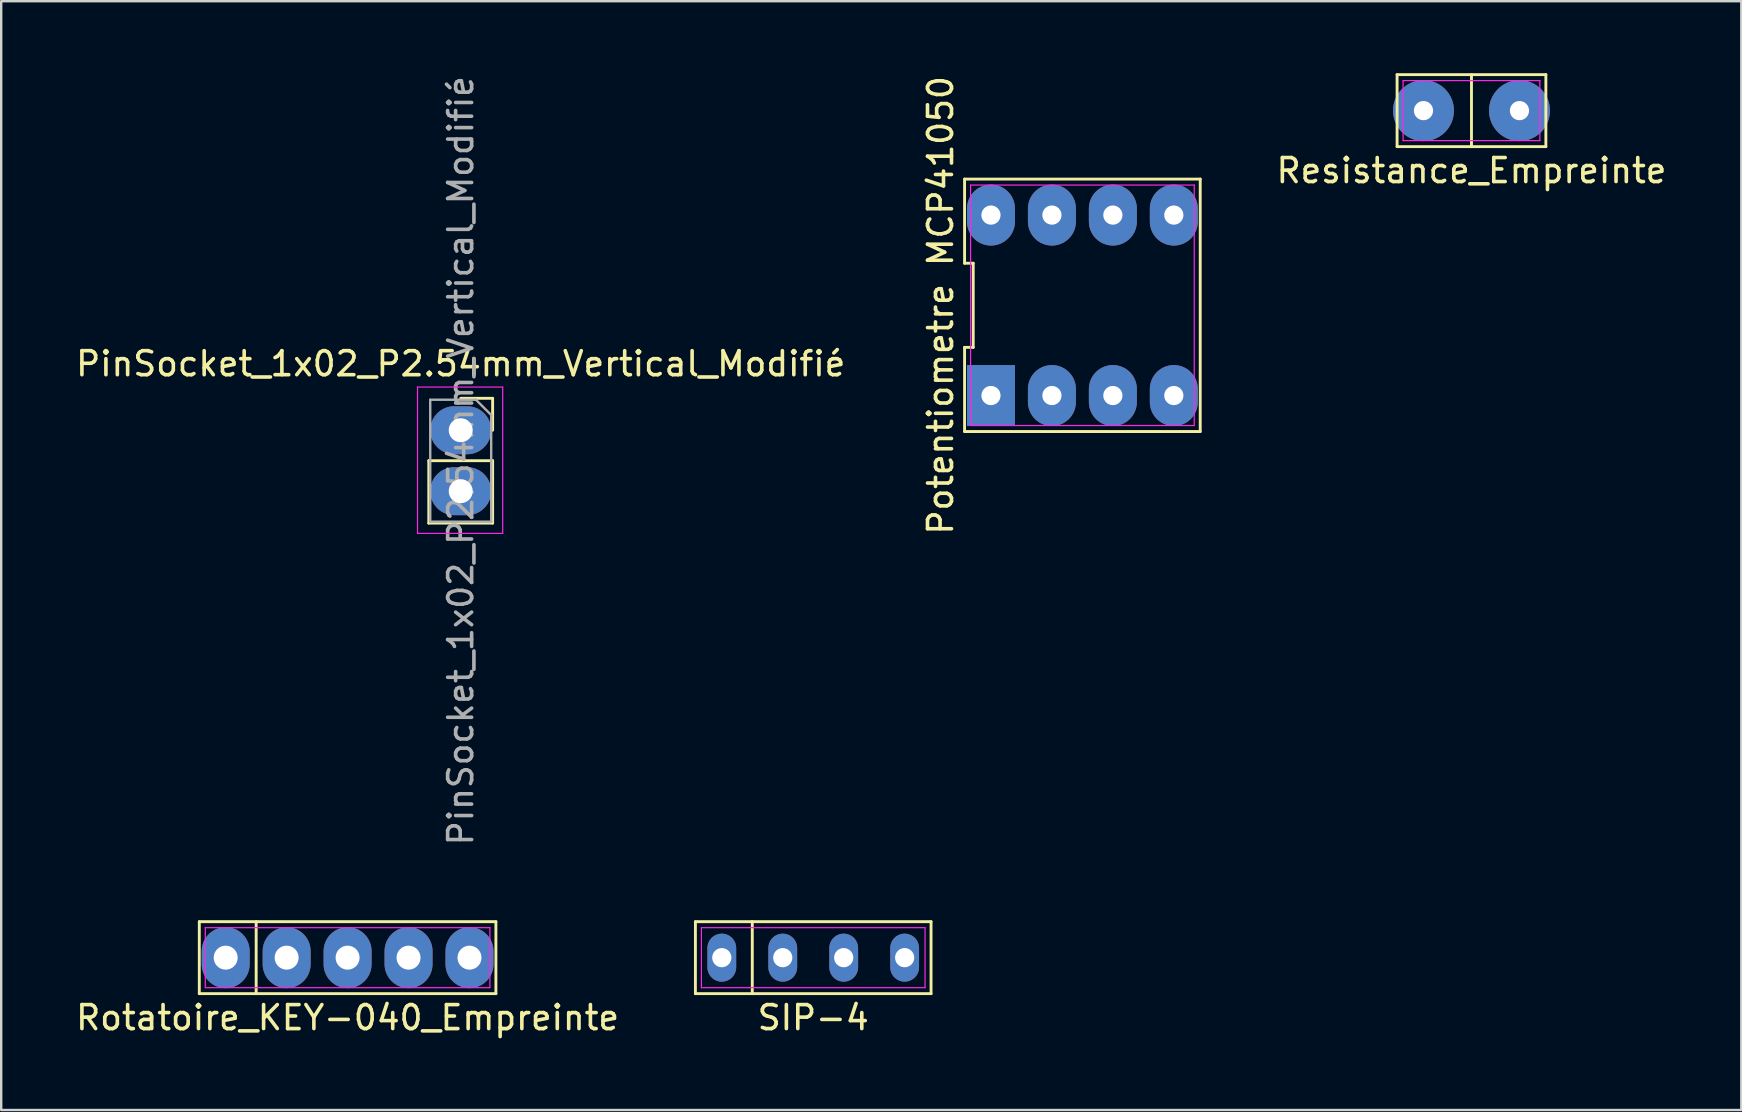
<source format=kicad_pcb>
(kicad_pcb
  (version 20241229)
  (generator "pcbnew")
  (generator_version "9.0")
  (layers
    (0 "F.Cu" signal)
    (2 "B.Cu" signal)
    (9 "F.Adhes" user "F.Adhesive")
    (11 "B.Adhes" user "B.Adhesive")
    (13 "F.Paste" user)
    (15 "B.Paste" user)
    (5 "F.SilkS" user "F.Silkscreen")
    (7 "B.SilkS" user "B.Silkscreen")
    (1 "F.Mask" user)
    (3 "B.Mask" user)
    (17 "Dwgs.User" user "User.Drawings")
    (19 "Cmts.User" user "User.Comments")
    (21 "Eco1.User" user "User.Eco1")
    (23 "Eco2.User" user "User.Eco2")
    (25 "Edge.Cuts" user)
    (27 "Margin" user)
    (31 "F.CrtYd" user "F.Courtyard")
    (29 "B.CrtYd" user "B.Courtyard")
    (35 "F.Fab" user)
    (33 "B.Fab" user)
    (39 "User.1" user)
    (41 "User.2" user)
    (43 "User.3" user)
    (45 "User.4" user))
  (footprint "PinSocket_1x02_P2.54mm_Vertical_Modifié"
    (layer "F.Cu")
    (at 16.149 14.879)
    (property "Reference" "PinSocket_1x02_P2.54mm_Vertical_Modifié" (at 0 -2.77 0) (layer "F.SilkS") (effects (font (size 1 1) (thickness 0.15))))
    (attr through_hole)
    (fp_line (start -1.33 1.27) (end -1.33 3.87) (stroke (width 0.12) (type solid)) (layer "F.SilkS"))
    (fp_line (start -1.33 1.27) (end 1.33 1.27) (stroke (width 0.12) (type solid)) (layer "F.SilkS"))
    (fp_line (start -1.33 3.87) (end 1.33 3.87) (stroke (width 0.12) (type solid)) (layer "F.SilkS"))
    (fp_line (start 0 -1.33) (end 1.33 -1.33) (stroke (width 0.12) (type solid)) (layer "F.SilkS"))
    (fp_line (start 1.33 -1.33) (end 1.33 0) (stroke (width 0.12) (type solid)) (layer "F.SilkS"))
    (fp_line (start 1.33 1.27) (end 1.33 3.87) (stroke (width 0.12) (type solid)) (layer "F.SilkS"))
    (fp_line (start -1.8 -1.8) (end 1.75 -1.8) (stroke (width 0.05) (type solid)) (layer "F.CrtYd"))
    (fp_line (start -1.8 4.3) (end -1.8 -1.8) (stroke (width 0.05) (type solid)) (layer "F.CrtYd"))
    (fp_line (start 1.75 -1.8) (end 1.75 4.3) (stroke (width 0.05) (type solid)) (layer "F.CrtYd"))
    (fp_line (start 1.75 4.3) (end -1.8 4.3) (stroke (width 0.05) (type solid)) (layer "F.CrtYd"))
    (fp_line (start -1.27 -1.27) (end 0.635 -1.27) (stroke (width 0.1) (type solid)) (layer "F.Fab"))
    (fp_line (start -1.27 3.81) (end -1.27 -1.27) (stroke (width 0.1) (type solid)) (layer "F.Fab"))
    (fp_line (start 0.635 -1.27) (end 1.27 -0.635) (stroke (width 0.1) (type solid)) (layer "F.Fab"))
    (fp_line (start 1.27 -0.635) (end 1.27 3.81) (stroke (width 0.1) (type solid)) (layer "F.Fab"))
    (fp_line (start 1.27 3.81) (end -1.27 3.81) (stroke (width 0.1) (type solid)) (layer "F.Fab"))
    (fp_text user "${REFERENCE}" (at 0 1.27 90) (layer "F.Fab") (effects (font (size 1 1) (thickness 0.15))))
    (pad "1" thru_hole oval (at 0 0) (size 2.54 2) (drill 1) (layers "*.Cu" "*.Mask"))
    (pad "2" thru_hole oval (at 0 2.54) (size 2.54 2) (drill 1) (layers "*.Cu" "*.Mask")))
  (footprint "Potentiometre MCP41050"
    (layer "F.Cu")
    (at 42.056 9.673)
    (property "Reference" "Potentiometre MCP41050" (at -5.91 0 90) (layer "F.SilkS") (effects (font (size 1 1) (thickness 0.15))))
    (attr through_hole)
    (fp_line (start -4.91 -5.26) (end -4.91 -1.753) (stroke (width 0.12) (type default)) (layer "F.SilkS"))
    (fp_line (start -4.91 -1.753) (end -4.55 -1.753) (stroke (width 0.12) (type default)) (layer "F.SilkS"))
    (fp_line (start -4.91 1.753) (end -4.91 5.26) (stroke (width 0.12) (type default)) (layer "F.SilkS"))
    (fp_line (start -4.91 5.26) (end 4.91 5.26) (stroke (width 0.12) (type default)) (layer "F.SilkS"))
    (fp_line (start -4.55 -1.753) (end -4.55 1.753) (stroke (width 0.12) (type default)) (layer "F.SilkS"))
    (fp_line (start -4.55 1.753) (end -4.91 1.753) (stroke (width 0.12) (type default)) (layer "F.SilkS"))
    (fp_line (start 4.91 -5.26) (end -4.91 -5.26) (stroke (width 0.12) (type default)) (layer "F.SilkS"))
    (fp_line (start 4.91 5.26) (end 4.91 -5.26) (stroke (width 0.12) (type default)) (layer "F.SilkS"))
    (fp_line (start -4.66 -5.01) (end 4.66 -5.01) (stroke (width 0.05) (type default)) (layer "F.CrtYd"))
    (fp_line (start -4.66 5.01) (end -4.66 -5.01) (stroke (width 0.05) (type default)) (layer "F.CrtYd"))
    (fp_line (start 4.66 -5.01) (end 4.66 5.01) (stroke (width 0.05) (type default)) (layer "F.CrtYd"))
    (fp_line (start 4.66 5.01) (end -4.66 5.01) (stroke (width 0.05) (type default)) (layer "F.CrtYd"))
    (pad "1" thru_hole rect (at -3.81 3.76) (size 2 2.54) (drill 0.8) (layers "*.Cu" "*.Mask"))
    (pad "2" thru_hole oval (at -1.27 3.76) (size 2 2.54) (drill 0.8) (layers "*.Cu" "*.Mask"))
    (pad "3" thru_hole oval (at 1.27 3.76) (size 2 2.54) (drill 0.8) (layers "*.Cu" "*.Mask"))
    (pad "4" thru_hole oval (at 3.81 3.76) (size 2 2.54) (drill 0.8) (layers "*.Cu" "*.Mask"))
    (pad "5" thru_hole oval (at 3.81 -3.76) (size 2 2.54) (drill 0.8) (layers "*.Cu" "*.Mask"))
    (pad "6" thru_hole oval (at 1.27 -3.76) (size 2 2.54) (drill 0.8) (layers "*.Cu" "*.Mask"))
    (pad "7" thru_hole oval (at -1.27 -3.76) (size 2 2.54) (drill 0.8) (layers "*.Cu" "*.Mask"))
    (pad "8" thru_hole oval (at -3.81 -3.76) (size 2 2.54) (drill 0.8) (layers "*.Cu" "*.Mask")))
  (footprint "Resistance_Empreinte"
    (layer "F.Cu")
    (at 58.27 1.56)
    (property "Reference" "Resistance_Empreinte" (at 0 2.5 0) (layer "F.SilkS") (effects (font (size 1 1) (thickness 0.15))))
    (attr through_hole)
    (fp_line (start -3.1 -1.5) (end 3.1 -1.5) (stroke (width 0.12) (type default)) (layer "F.SilkS"))
    (fp_line (start -3.1 1.5) (end -3.1 -1.5) (stroke (width 0.12) (type default)) (layer "F.SilkS"))
    (fp_line (start 0 -1.5) (end 0 1.5) (stroke (width 0.12) (type default)) (layer "F.SilkS"))
    (fp_line (start 3.1 -1.5) (end 3.1 1.5) (stroke (width 0.12) (type default)) (layer "F.SilkS"))
    (fp_line (start 3.1 1.5) (end -3.1 1.5) (stroke (width 0.12) (type default)) (layer "F.SilkS"))
    (fp_line (start -2.85 -1.25) (end 2.85 -1.25) (stroke (width 0.05) (type default)) (layer "F.CrtYd"))
    (fp_line (start -2.85 1.25) (end -2.85 -1.25) (stroke (width 0.05) (type default)) (layer "F.CrtYd"))
    (fp_line (start 2.85 -1.25) (end 2.85 1.25) (stroke (width 0.05) (type default)) (layer "F.CrtYd"))
    (fp_line (start 2.85 1.25) (end -2.85 1.25) (stroke (width 0.05) (type default)) (layer "F.CrtYd"))
    (pad "1" thru_hole circle (at -2 0) (size 2.54 2.54) (drill 0.8) (layers "*.Cu" "*.Mask"))
    (pad "2" thru_hole circle (at 2 0) (size 2.54 2.54) (drill 0.8) (layers "*.Cu" "*.Mask")))
  (footprint "SIP-4"
    (layer "F.Cu")
    (at 30.839 36.858)
    (property "Reference" "SIP-4" (at 0 2.5 0) (layer "F.SilkS") (effects (font (size 1 1) (thickness 0.15))))
    (attr through_hole)
    (fp_line (start -4.91 -1.5) (end 4.91 -1.5) (stroke (width 0.12) (type default)) (layer "F.SilkS"))
    (fp_line (start -4.91 1.5) (end -4.91 -1.5) (stroke (width 0.12) (type default)) (layer "F.SilkS"))
    (fp_line (start -2.54 -1.5) (end -2.54 1.5) (stroke (width 0.12) (type default)) (layer "F.SilkS"))
    (fp_line (start 4.91 -1.5) (end 4.91 1.5) (stroke (width 0.12) (type default)) (layer "F.SilkS"))
    (fp_line (start 4.91 1.5) (end -4.91 1.5) (stroke (width 0.12) (type default)) (layer "F.SilkS"))
    (fp_line (start -4.66 -1.25) (end 4.66 -1.25) (stroke (width 0.05) (type default)) (layer "F.CrtYd"))
    (fp_line (start -4.66 1.25) (end -4.66 -1.25) (stroke (width 0.05) (type default)) (layer "F.CrtYd"))
    (fp_line (start 4.66 -1.25) (end 4.66 1.25) (stroke (width 0.05) (type default)) (layer "F.CrtYd"))
    (fp_line (start 4.66 1.25) (end -4.66 1.25) (stroke (width 0.05) (type default)) (layer "F.CrtYd"))
    (pad "1" thru_hole oval (at -3.81 0) (size 1.2 2) (drill 0.8) (layers "*.Cu" "*.Mask"))
    (pad "2" thru_hole oval (at -1.27 0) (size 1.2 2) (drill 0.8) (layers "*.Cu" "*.Mask"))
    (pad "3" thru_hole oval (at 1.27 0) (size 1.2 2) (drill 0.8) (layers "*.Cu" "*.Mask"))
    (pad "4" thru_hole oval (at 3.81 0) (size 1.2 2) (drill 0.8) (layers "*.Cu" "*.Mask")))
  (footprint "Rotatoire_KEY-040_Empreinte"
    (layer "F.Cu")
    (at 11.435 36.858)
    (property "Reference" "Rotatoire_KEY-040_Empreinte" (at 0 2.5 0) (layer "F.SilkS") (effects (font (size 1 1) (thickness 0.15))))
    (attr through_hole)
    (fp_line (start -6.18 -1.5) (end 6.18 -1.5) (stroke (width 0.12) (type default)) (layer "F.SilkS"))
    (fp_line (start -6.18 1.5) (end -6.18 -1.5) (stroke (width 0.12) (type default)) (layer "F.SilkS"))
    (fp_line (start -3.81 -1.5) (end -3.81 1.5) (stroke (width 0.12) (type default)) (layer "F.SilkS"))
    (fp_line (start 6.18 -1.5) (end 6.18 1.5) (stroke (width 0.12) (type default)) (layer "F.SilkS"))
    (fp_line (start 6.18 1.5) (end -6.18 1.5) (stroke (width 0.12) (type default)) (layer "F.SilkS"))
    (fp_line (start -5.93 -1.25) (end 5.93 -1.25) (stroke (width 0.05) (type default)) (layer "F.CrtYd"))
    (fp_line (start -5.93 1.25) (end -5.93 -1.25) (stroke (width 0.05) (type default)) (layer "F.CrtYd"))
    (fp_line (start 5.93 -1.25) (end 5.93 1.25) (stroke (width 0.05) (type default)) (layer "F.CrtYd"))
    (fp_line (start 5.93 1.25) (end -5.93 1.25) (stroke (width 0.05) (type default)) (layer "F.CrtYd"))
    (pad "1" thru_hole oval (at -5.08 0) (size 2 2.54) (drill 1) (layers "*.Cu" "*.Mask"))
    (pad "2" thru_hole oval (at -2.54 0) (size 2 2.54) (drill 1) (layers "*.Cu" "*.Mask"))
    (pad "3" thru_hole oval (at 0 0) (size 2 2.54) (drill 1) (layers "*.Cu" "*.Mask"))
    (pad "4" thru_hole oval (at 2.54 0) (size 2 2.54) (drill 1) (layers "*.Cu" "*.Mask"))
    (pad "5" thru_hole oval (at 5.08 0) (size 2 2.54) (drill 1) (layers "*.Cu" "*.Mask")))
  (gr_rect
    (start -3 -3)
    (end 69.514 43.206)
    (stroke (width 0.1) (type default))
    (fill no)
    (layer "Edge.Cuts")))
</source>
